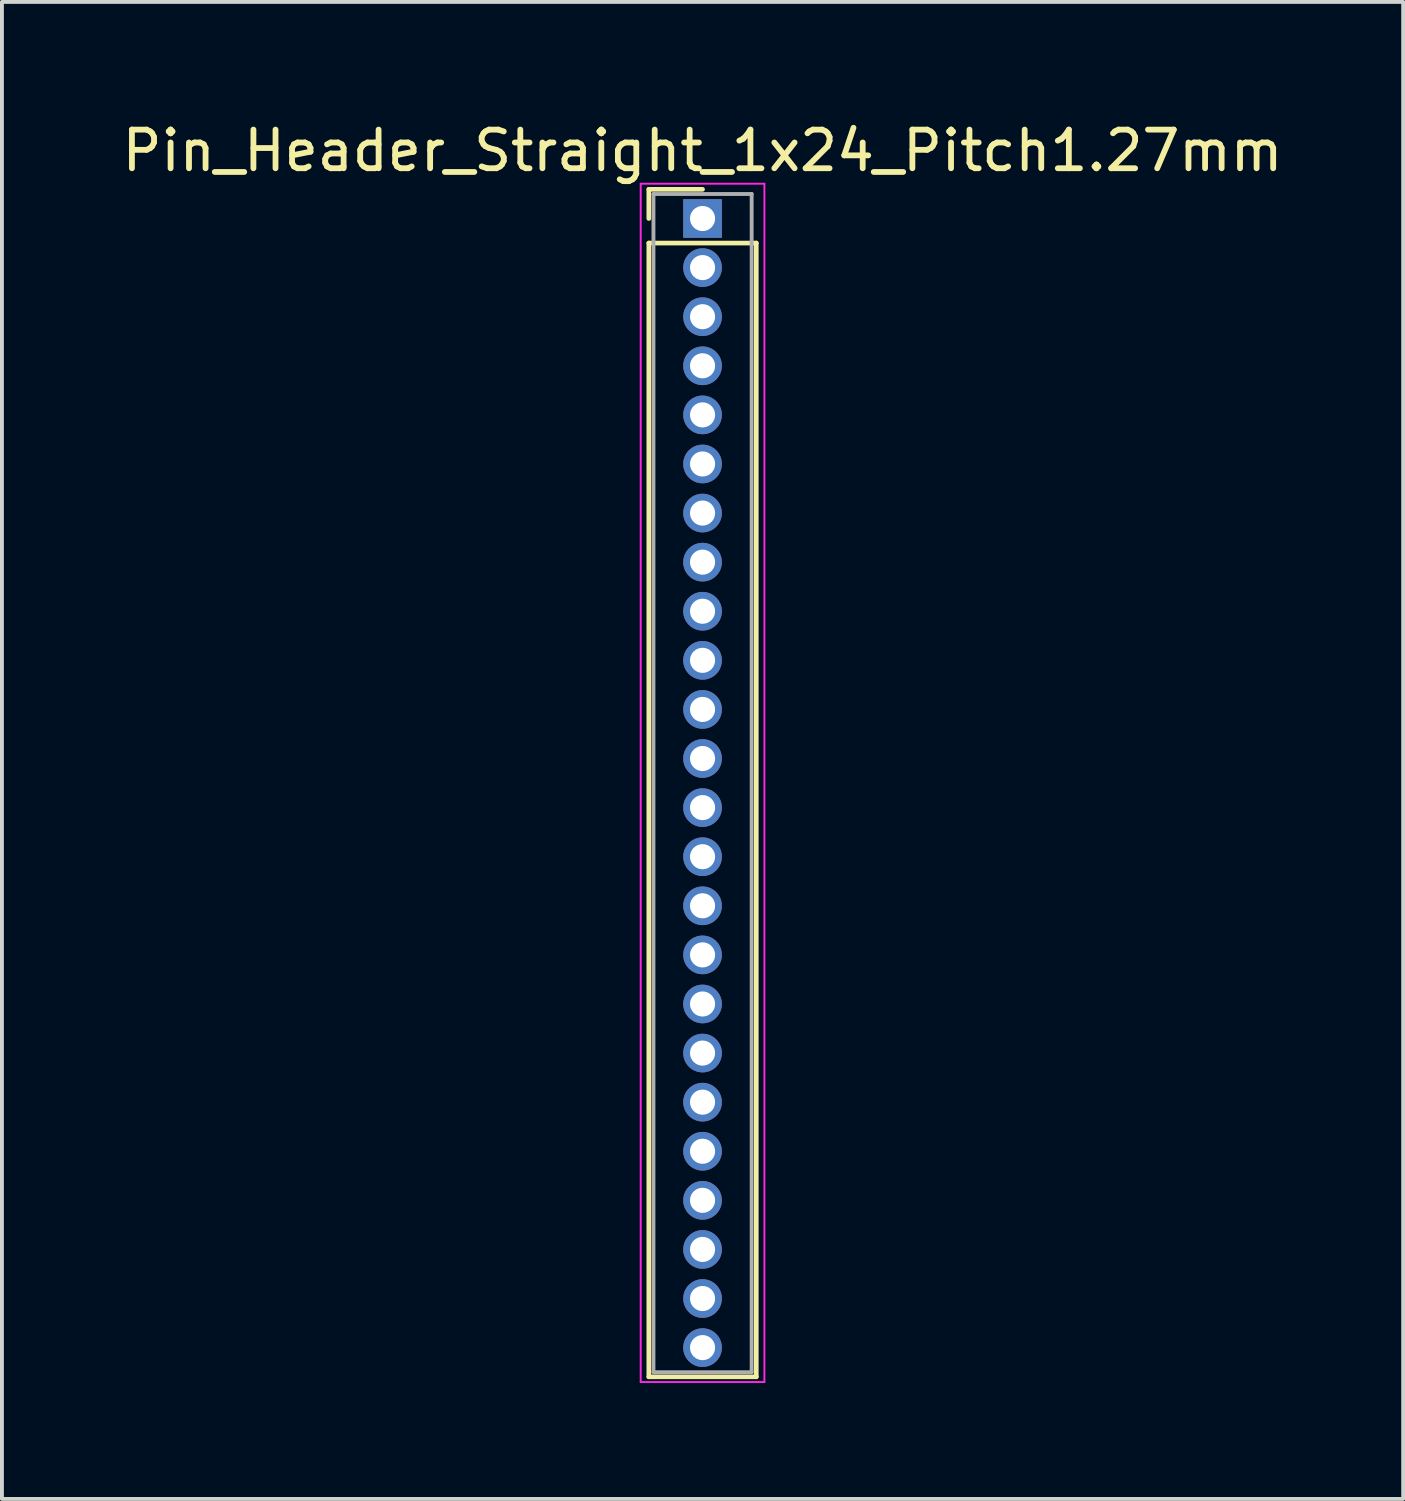
<source format=kicad_pcb>
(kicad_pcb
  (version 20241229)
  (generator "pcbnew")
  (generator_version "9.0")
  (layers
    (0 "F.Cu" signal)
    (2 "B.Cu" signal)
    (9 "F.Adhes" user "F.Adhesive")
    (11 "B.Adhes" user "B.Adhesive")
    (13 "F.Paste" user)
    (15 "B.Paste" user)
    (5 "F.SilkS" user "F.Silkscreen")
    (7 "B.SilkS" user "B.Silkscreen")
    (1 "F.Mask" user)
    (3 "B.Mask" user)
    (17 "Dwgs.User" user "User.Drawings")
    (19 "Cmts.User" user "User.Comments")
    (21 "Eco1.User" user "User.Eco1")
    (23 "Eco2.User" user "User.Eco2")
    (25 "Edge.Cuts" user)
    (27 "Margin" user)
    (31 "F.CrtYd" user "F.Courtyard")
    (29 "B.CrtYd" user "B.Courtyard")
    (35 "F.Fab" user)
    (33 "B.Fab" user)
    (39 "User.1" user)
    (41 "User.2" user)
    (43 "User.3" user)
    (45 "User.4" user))
  (footprint "Pin_Header_Straight_1x24_Pitch1.27mm"
    (layer "F.Cu")
    (at 15.125 2.603)
    (property "Reference" "Pin_Header_Straight_1x24_Pitch1.27mm" (at 0 -1.755 0) (layer "F.SilkS") (effects (font (size 1 1) (thickness 0.15))))
    (attr through_hole)
    (fp_line (start -1.39 -0.755) (end 0 -0.755) (stroke (width 0.12) (type solid)) (layer "F.SilkS"))
    (fp_line (start -1.39 0) (end -1.39 -0.755) (stroke (width 0.12) (type solid)) (layer "F.SilkS"))
    (fp_line (start -1.39 0.635) (end -1.39 29.965) (stroke (width 0.12) (type solid)) (layer "F.SilkS"))
    (fp_line (start -1.39 29.965) (end 1.39 29.965) (stroke (width 0.12) (type solid)) (layer "F.SilkS"))
    (fp_line (start 1.39 0.635) (end -1.39 0.635) (stroke (width 0.12) (type solid)) (layer "F.SilkS"))
    (fp_line (start 1.39 29.965) (end 1.39 0.635) (stroke (width 0.12) (type solid)) (layer "F.SilkS"))
    (fp_line (start -1.6 -0.9) (end -1.6 30.1) (stroke (width 0.05) (type solid)) (layer "F.CrtYd"))
    (fp_line (start -1.6 30.1) (end 1.6 30.1) (stroke (width 0.05) (type solid)) (layer "F.CrtYd"))
    (fp_line (start 1.6 -0.9) (end -1.6 -0.9) (stroke (width 0.05) (type solid)) (layer "F.CrtYd"))
    (fp_line (start 1.6 30.1) (end 1.6 -0.9) (stroke (width 0.05) (type solid)) (layer "F.CrtYd"))
    (fp_line (start -1.27 -0.635) (end -1.27 29.845) (stroke (width 0.1) (type solid)) (layer "F.Fab"))
    (fp_line (start -1.27 29.845) (end 1.27 29.845) (stroke (width 0.1) (type solid)) (layer "F.Fab"))
    (fp_line (start 1.27 -0.635) (end -1.27 -0.635) (stroke (width 0.1) (type solid)) (layer "F.Fab"))
    (fp_line (start 1.27 29.845) (end 1.27 -0.635) (stroke (width 0.1) (type solid)) (layer "F.Fab"))
    (pad "1" thru_hole rect (at 0 0) (size 1 1) (drill 0.65) (layers "*.Cu" "*.Mask"))
    (pad "2" thru_hole oval (at 0 1.27) (size 1 1) (drill 0.65) (layers "*.Cu" "*.Mask"))
    (pad "3" thru_hole oval (at 0 2.54) (size 1 1) (drill 0.65) (layers "*.Cu" "*.Mask"))
    (pad "4" thru_hole oval (at 0 3.81) (size 1 1) (drill 0.65) (layers "*.Cu" "*.Mask"))
    (pad "5" thru_hole oval (at 0 5.08) (size 1 1) (drill 0.65) (layers "*.Cu" "*.Mask"))
    (pad "6" thru_hole oval (at 0 6.35) (size 1 1) (drill 0.65) (layers "*.Cu" "*.Mask"))
    (pad "7" thru_hole oval (at 0 7.62) (size 1 1) (drill 0.65) (layers "*.Cu" "*.Mask"))
    (pad "8" thru_hole oval (at 0 8.89) (size 1 1) (drill 0.65) (layers "*.Cu" "*.Mask"))
    (pad "9" thru_hole oval (at 0 10.16) (size 1 1) (drill 0.65) (layers "*.Cu" "*.Mask"))
    (pad "10" thru_hole oval (at 0 11.43) (size 1 1) (drill 0.65) (layers "*.Cu" "*.Mask"))
    (pad "11" thru_hole oval (at 0 12.7) (size 1 1) (drill 0.65) (layers "*.Cu" "*.Mask"))
    (pad "12" thru_hole oval (at 0 13.97) (size 1 1) (drill 0.65) (layers "*.Cu" "*.Mask"))
    (pad "13" thru_hole oval (at 0 15.24) (size 1 1) (drill 0.65) (layers "*.Cu" "*.Mask"))
    (pad "14" thru_hole oval (at 0 16.51) (size 1 1) (drill 0.65) (layers "*.Cu" "*.Mask"))
    (pad "15" thru_hole oval (at 0 17.78) (size 1 1) (drill 0.65) (layers "*.Cu" "*.Mask"))
    (pad "16" thru_hole oval (at 0 19.05) (size 1 1) (drill 0.65) (layers "*.Cu" "*.Mask"))
    (pad "17" thru_hole oval (at 0 20.32) (size 1 1) (drill 0.65) (layers "*.Cu" "*.Mask"))
    (pad "18" thru_hole oval (at 0 21.59) (size 1 1) (drill 0.65) (layers "*.Cu" "*.Mask"))
    (pad "19" thru_hole oval (at 0 22.86) (size 1 1) (drill 0.65) (layers "*.Cu" "*.Mask"))
    (pad "20" thru_hole oval (at 0 24.13) (size 1 1) (drill 0.65) (layers "*.Cu" "*.Mask"))
    (pad "21" thru_hole oval (at 0 25.4) (size 1 1) (drill 0.65) (layers "*.Cu" "*.Mask"))
    (pad "22" thru_hole oval (at 0 26.67) (size 1 1) (drill 0.65) (layers "*.Cu" "*.Mask"))
    (pad "23" thru_hole oval (at 0 27.94) (size 1 1) (drill 0.65) (layers "*.Cu" "*.Mask"))
    (pad "24" thru_hole oval (at 0 29.21) (size 1 1) (drill 0.65) (layers "*.Cu" "*.Mask")))
  (gr_rect
    (start -3 -3)
    (end 33.25 35.728)
    (stroke (width 0.1) (type default))
    (fill no)
    (layer "Edge.Cuts")))
</source>
